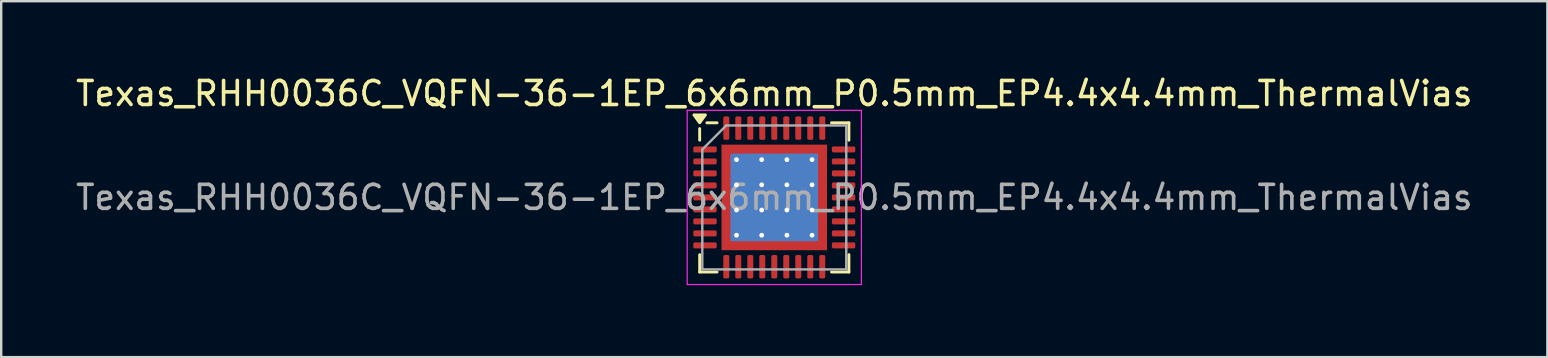
<source format=kicad_pcb>
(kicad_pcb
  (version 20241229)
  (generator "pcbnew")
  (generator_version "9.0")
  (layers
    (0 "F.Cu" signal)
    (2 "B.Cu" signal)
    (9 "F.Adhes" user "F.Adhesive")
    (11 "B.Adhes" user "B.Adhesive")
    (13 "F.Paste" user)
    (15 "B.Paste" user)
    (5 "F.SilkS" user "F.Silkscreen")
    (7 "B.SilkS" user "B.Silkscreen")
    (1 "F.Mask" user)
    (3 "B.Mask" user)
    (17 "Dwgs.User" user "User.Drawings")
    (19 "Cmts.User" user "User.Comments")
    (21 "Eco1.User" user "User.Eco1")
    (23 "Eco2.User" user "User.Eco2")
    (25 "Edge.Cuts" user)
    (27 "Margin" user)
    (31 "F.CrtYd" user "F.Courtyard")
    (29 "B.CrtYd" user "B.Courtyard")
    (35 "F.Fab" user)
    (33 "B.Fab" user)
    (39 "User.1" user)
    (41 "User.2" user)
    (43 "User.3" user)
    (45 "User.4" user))
  (footprint "Texas_RHH0036C_VQFN-36-1EP_6x6mm_P0.5mm_EP4.4x4.4mm_ThermalVias"
    (layer "F.Cu")
    (at 29.22 5.178)
    (property "Reference" "Texas_RHH0036C_VQFN-36-1EP_6x6mm_P0.5mm_EP4.4x4.4mm_ThermalVias" (at 0 -4.33 0) (layer "F.SilkS") (effects (font (size 1 1) (thickness 0.15))))
    (attr smd)
    (fp_line (start -3.11 -2.385) (end -3.11 -2.87) (stroke (width 0.12) (type solid)) (layer "F.SilkS"))
    (fp_line (start -3.11 3.11) (end -3.11 2.385) (stroke (width 0.12) (type solid)) (layer "F.SilkS"))
    (fp_line (start -2.385 -3.11) (end -2.81 -3.11) (stroke (width 0.12) (type solid)) (layer "F.SilkS"))
    (fp_line (start -2.385 3.11) (end -3.11 3.11) (stroke (width 0.12) (type solid)) (layer "F.SilkS"))
    (fp_line (start 2.385 -3.11) (end 3.11 -3.11) (stroke (width 0.12) (type solid)) (layer "F.SilkS"))
    (fp_line (start 2.385 3.11) (end 3.11 3.11) (stroke (width 0.12) (type solid)) (layer "F.SilkS"))
    (fp_line (start 3.11 -3.11) (end 3.11 -2.385) (stroke (width 0.12) (type solid)) (layer "F.SilkS"))
    (fp_line (start 3.11 3.11) (end 3.11 2.385) (stroke (width 0.12) (type solid)) (layer "F.SilkS"))
    (fp_poly (pts (xy -3.11 -3.11) (xy -3.35 -3.44) (xy -2.87 -3.44) (xy -3.11 -3.11)) (stroke (width 0.12) (type solid)) (fill yes) (layer "F.SilkS"))
    (fp_line (start -3.63 -3.63) (end -3.63 3.63) (stroke (width 0.05) (type solid)) (layer "F.CrtYd"))
    (fp_line (start -3.63 3.63) (end 3.63 3.63) (stroke (width 0.05) (type solid)) (layer "F.CrtYd"))
    (fp_line (start 3.63 -3.63) (end -3.63 -3.63) (stroke (width 0.05) (type solid)) (layer "F.CrtYd"))
    (fp_line (start 3.63 3.63) (end 3.63 -3.63) (stroke (width 0.05) (type solid)) (layer "F.CrtYd"))
    (fp_line (start -3 -2) (end -2 -3) (stroke (width 0.1) (type solid)) (layer "F.Fab"))
    (fp_line (start -3 3) (end -3 -2) (stroke (width 0.1) (type solid)) (layer "F.Fab"))
    (fp_line (start -2 -3) (end 3 -3) (stroke (width 0.1) (type solid)) (layer "F.Fab"))
    (fp_line (start 3 -3) (end 3 3) (stroke (width 0.1) (type solid)) (layer "F.Fab"))
    (fp_line (start 3 3) (end -3 3) (stroke (width 0.1) (type solid)) (layer "F.Fab"))
    (fp_text user "${REFERENCE}" (at 0 0 0) (layer "F.Fab") (effects (font (size 1 1) (thickness 0.15))))
    (pad "" smd custom (at -1.887 -1.887) (size 0.39 0.39) (layers "F.Paste") (options (anchor circle)) (primitives (gr_poly (pts (xy -0.138 -0.138) (xy 0.138 -0.138) (xy 0.138 0.043) (xy 0.043 0.138) (xy -0.138 0.138)) (width 0.229) (fill yes))))
    (pad "" smd custom (at -1.887 -1.05) (size 0.419 0.419) (layers "F.Paste") (options (anchor circle)) (primitives (gr_poly (pts (xy -0.167 -0.338) (xy 0.096 -0.338) (xy 0.167 -0.267) (xy 0.167 0.267) (xy 0.096 0.338) (xy -0.167 0.338)) (width 0.17) (fill yes))))
    (pad "" smd custom (at -1.887 0) (size 0.419 0.419) (layers "F.Paste") (options (anchor circle)) (primitives (gr_poly (pts (xy -0.167 -0.338) (xy 0.096 -0.338) (xy 0.167 -0.267) (xy 0.167 0.267) (xy 0.096 0.338) (xy -0.167 0.338)) (width 0.17) (fill yes))))
    (pad "" smd custom (at -1.887 1.05) (size 0.419 0.419) (layers "F.Paste") (options (anchor circle)) (primitives (gr_poly (pts (xy -0.167 -0.338) (xy 0.096 -0.338) (xy 0.167 -0.267) (xy 0.167 0.267) (xy 0.096 0.338) (xy -0.167 0.338)) (width 0.17) (fill yes))))
    (pad "" smd custom (at -1.887 1.887) (size 0.39 0.39) (layers "F.Paste") (options (anchor circle)) (primitives (gr_poly (pts (xy -0.138 -0.138) (xy 0.043 -0.138) (xy 0.138 -0.043) (xy 0.138 0.138) (xy -0.138 0.138)) (width 0.229) (fill yes))))
    (pad "" smd custom (at -1.05 -1.887) (size 0.419 0.419) (layers "F.Paste") (options (anchor circle)) (primitives (gr_poly (pts (xy -0.338 -0.167) (xy 0.338 -0.167) (xy 0.338 0.096) (xy 0.267 0.167) (xy -0.267 0.167) (xy -0.338 0.096)) (width 0.17) (fill yes))))
    (pad "" smd roundrect (at -1.05 -1.05) (size 0.847 0.847) (layers "F.Paste") (roundrect_rratio 0.25))
    (pad "" smd roundrect (at -1.05 0) (size 0.847 0.847) (layers "F.Paste") (roundrect_rratio 0.25))
    (pad "" smd roundrect (at -1.05 1.05) (size 0.847 0.847) (layers "F.Paste") (roundrect_rratio 0.25))
    (pad "" smd custom (at -1.05 1.887) (size 0.419 0.419) (layers "F.Paste") (options (anchor circle)) (primitives (gr_poly (pts (xy -0.338 -0.096) (xy -0.267 -0.167) (xy 0.267 -0.167) (xy 0.338 -0.096) (xy 0.338 0.167) (xy -0.338 0.167)) (width 0.17) (fill yes))))
    (pad "" smd custom (at 0 -1.887) (size 0.419 0.419) (layers "F.Paste") (options (anchor circle)) (primitives (gr_poly (pts (xy -0.338 -0.167) (xy 0.338 -0.167) (xy 0.338 0.096) (xy 0.267 0.167) (xy -0.267 0.167) (xy -0.338 0.096)) (width 0.17) (fill yes))))
    (pad "" smd roundrect (at 0 -1.05) (size 0.847 0.847) (layers "F.Paste") (roundrect_rratio 0.25))
    (pad "" smd roundrect (at 0 0) (size 0.847 0.847) (layers "F.Paste") (roundrect_rratio 0.25))
    (pad "" smd roundrect (at 0 1.05) (size 0.847 0.847) (layers "F.Paste") (roundrect_rratio 0.25))
    (pad "" smd custom (at 0 1.887) (size 0.419 0.419) (layers "F.Paste") (options (anchor circle)) (primitives (gr_poly (pts (xy -0.338 -0.096) (xy -0.267 -0.167) (xy 0.267 -0.167) (xy 0.338 -0.096) (xy 0.338 0.167) (xy -0.338 0.167)) (width 0.17) (fill yes))))
    (pad "" smd custom (at 1.05 -1.887) (size 0.419 0.419) (layers "F.Paste") (options (anchor circle)) (primitives (gr_poly (pts (xy -0.338 -0.167) (xy 0.338 -0.167) (xy 0.338 0.096) (xy 0.267 0.167) (xy -0.267 0.167) (xy -0.338 0.096)) (width 0.17) (fill yes))))
    (pad "" smd roundrect (at 1.05 -1.05) (size 0.847 0.847) (layers "F.Paste") (roundrect_rratio 0.25))
    (pad "" smd roundrect (at 1.05 0) (size 0.847 0.847) (layers "F.Paste") (roundrect_rratio 0.25))
    (pad "" smd roundrect (at 1.05 1.05) (size 0.847 0.847) (layers "F.Paste") (roundrect_rratio 0.25))
    (pad "" smd custom (at 1.05 1.887) (size 0.419 0.419) (layers "F.Paste") (options (anchor circle)) (primitives (gr_poly (pts (xy -0.338 -0.096) (xy -0.267 -0.167) (xy 0.267 -0.167) (xy 0.338 -0.096) (xy 0.338 0.167) (xy -0.338 0.167)) (width 0.17) (fill yes))))
    (pad "" smd custom (at 1.887 -1.887) (size 0.39 0.39) (layers "F.Paste") (options (anchor circle)) (primitives (gr_poly (pts (xy -0.138 -0.138) (xy 0.138 -0.138) (xy 0.138 0.138) (xy -0.043 0.138) (xy -0.138 0.043)) (width 0.229) (fill yes))))
    (pad "" smd custom (at 1.887 -1.05) (size 0.419 0.419) (layers "F.Paste") (options (anchor circle)) (primitives (gr_poly (pts (xy -0.167 -0.267) (xy -0.096 -0.338) (xy 0.167 -0.338) (xy 0.167 0.338) (xy -0.096 0.338) (xy -0.167 0.267)) (width 0.17) (fill yes))))
    (pad "" smd custom (at 1.887 0) (size 0.419 0.419) (layers "F.Paste") (options (anchor circle)) (primitives (gr_poly (pts (xy -0.167 -0.267) (xy -0.096 -0.338) (xy 0.167 -0.338) (xy 0.167 0.338) (xy -0.096 0.338) (xy -0.167 0.267)) (width 0.17) (fill yes))))
    (pad "" smd custom (at 1.887 1.05) (size 0.419 0.419) (layers "F.Paste") (options (anchor circle)) (primitives (gr_poly (pts (xy -0.167 -0.267) (xy -0.096 -0.338) (xy 0.167 -0.338) (xy 0.167 0.338) (xy -0.096 0.338) (xy -0.167 0.267)) (width 0.17) (fill yes))))
    (pad "" smd custom (at 1.887 1.887) (size 0.39 0.39) (layers "F.Paste") (options (anchor circle)) (primitives (gr_poly (pts (xy -0.138 -0.043) (xy -0.043 -0.138) (xy 0.138 -0.138) (xy 0.138 0.138) (xy -0.138 0.138)) (width 0.229) (fill yes))))
    (pad "1" smd roundrect (at -2.888 -2) (size 0.975 0.25) (layers "F.Cu" "F.Mask" "F.Paste") (roundrect_rratio 0.25))
    (pad "2" smd roundrect (at -2.888 -1.5) (size 0.975 0.25) (layers "F.Cu" "F.Mask" "F.Paste") (roundrect_rratio 0.25))
    (pad "3" smd roundrect (at -2.888 -1) (size 0.975 0.25) (layers "F.Cu" "F.Mask" "F.Paste") (roundrect_rratio 0.25))
    (pad "4" smd roundrect (at -2.888 -0.5) (size 0.975 0.25) (layers "F.Cu" "F.Mask" "F.Paste") (roundrect_rratio 0.25))
    (pad "5" smd roundrect (at -2.888 0) (size 0.975 0.25) (layers "F.Cu" "F.Mask" "F.Paste") (roundrect_rratio 0.25))
    (pad "6" smd roundrect (at -2.888 0.5) (size 0.975 0.25) (layers "F.Cu" "F.Mask" "F.Paste") (roundrect_rratio 0.25))
    (pad "7" smd roundrect (at -2.888 1) (size 0.975 0.25) (layers "F.Cu" "F.Mask" "F.Paste") (roundrect_rratio 0.25))
    (pad "8" smd roundrect (at -2.888 1.5) (size 0.975 0.25) (layers "F.Cu" "F.Mask" "F.Paste") (roundrect_rratio 0.25))
    (pad "9" smd roundrect (at -2.888 2) (size 0.975 0.25) (layers "F.Cu" "F.Mask" "F.Paste") (roundrect_rratio 0.25))
    (pad "10" smd roundrect (at -2 2.888) (size 0.25 0.975) (layers "F.Cu" "F.Mask" "F.Paste") (roundrect_rratio 0.25))
    (pad "11" smd roundrect (at -1.5 2.888) (size 0.25 0.975) (layers "F.Cu" "F.Mask" "F.Paste") (roundrect_rratio 0.25))
    (pad "12" smd roundrect (at -1 2.888) (size 0.25 0.975) (layers "F.Cu" "F.Mask" "F.Paste") (roundrect_rratio 0.25))
    (pad "13" smd roundrect (at -0.5 2.888) (size 0.25 0.975) (layers "F.Cu" "F.Mask" "F.Paste") (roundrect_rratio 0.25))
    (pad "14" smd roundrect (at 0 2.888) (size 0.25 0.975) (layers "F.Cu" "F.Mask" "F.Paste") (roundrect_rratio 0.25))
    (pad "15" smd roundrect (at 0.5 2.888) (size 0.25 0.975) (layers "F.Cu" "F.Mask" "F.Paste") (roundrect_rratio 0.25))
    (pad "16" smd roundrect (at 1 2.888) (size 0.25 0.975) (layers "F.Cu" "F.Mask" "F.Paste") (roundrect_rratio 0.25))
    (pad "17" smd roundrect (at 1.5 2.888) (size 0.25 0.975) (layers "F.Cu" "F.Mask" "F.Paste") (roundrect_rratio 0.25))
    (pad "18" smd roundrect (at 2 2.888) (size 0.25 0.975) (layers "F.Cu" "F.Mask" "F.Paste") (roundrect_rratio 0.25))
    (pad "19" smd roundrect (at 2.888 2) (size 0.975 0.25) (layers "F.Cu" "F.Mask" "F.Paste") (roundrect_rratio 0.25))
    (pad "20" smd roundrect (at 2.888 1.5) (size 0.975 0.25) (layers "F.Cu" "F.Mask" "F.Paste") (roundrect_rratio 0.25))
    (pad "21" smd roundrect (at 2.888 1) (size 0.975 0.25) (layers "F.Cu" "F.Mask" "F.Paste") (roundrect_rratio 0.25))
    (pad "22" smd roundrect (at 2.888 0.5) (size 0.975 0.25) (layers "F.Cu" "F.Mask" "F.Paste") (roundrect_rratio 0.25))
    (pad "23" smd roundrect (at 2.888 0) (size 0.975 0.25) (layers "F.Cu" "F.Mask" "F.Paste") (roundrect_rratio 0.25))
    (pad "24" smd roundrect (at 2.888 -0.5) (size 0.975 0.25) (layers "F.Cu" "F.Mask" "F.Paste") (roundrect_rratio 0.25))
    (pad "25" smd roundrect (at 2.888 -1) (size 0.975 0.25) (layers "F.Cu" "F.Mask" "F.Paste") (roundrect_rratio 0.25))
    (pad "26" smd roundrect (at 2.888 -1.5) (size 0.975 0.25) (layers "F.Cu" "F.Mask" "F.Paste") (roundrect_rratio 0.25))
    (pad "27" smd roundrect (at 2.888 -2) (size 0.975 0.25) (layers "F.Cu" "F.Mask" "F.Paste") (roundrect_rratio 0.25))
    (pad "28" smd roundrect (at 2 -2.888) (size 0.25 0.975) (layers "F.Cu" "F.Mask" "F.Paste") (roundrect_rratio 0.25))
    (pad "29" smd roundrect (at 1.5 -2.888) (size 0.25 0.975) (layers "F.Cu" "F.Mask" "F.Paste") (roundrect_rratio 0.25))
    (pad "30" smd roundrect (at 1 -2.888) (size 0.25 0.975) (layers "F.Cu" "F.Mask" "F.Paste") (roundrect_rratio 0.25))
    (pad "31" smd roundrect (at 0.5 -2.888) (size 0.25 0.975) (layers "F.Cu" "F.Mask" "F.Paste") (roundrect_rratio 0.25))
    (pad "32" smd roundrect (at 0 -2.888) (size 0.25 0.975) (layers "F.Cu" "F.Mask" "F.Paste") (roundrect_rratio 0.25))
    (pad "33" smd roundrect (at -0.5 -2.888) (size 0.25 0.975) (layers "F.Cu" "F.Mask" "F.Paste") (roundrect_rratio 0.25))
    (pad "34" smd roundrect (at -1 -2.888) (size 0.25 0.975) (layers "F.Cu" "F.Mask" "F.Paste") (roundrect_rratio 0.25))
    (pad "35" smd roundrect (at -1.5 -2.888) (size 0.25 0.975) (layers "F.Cu" "F.Mask" "F.Paste") (roundrect_rratio 0.25))
    (pad "36" smd roundrect (at -2 -2.888) (size 0.25 0.975) (layers "F.Cu" "F.Mask" "F.Paste") (roundrect_rratio 0.25))
    (pad "37" thru_hole circle (at -1.575 -1.575) (size 0.5 0.5) (drill 0.2) (property pad_prop_heatsink) (layers "*.Cu"))
    (pad "37" thru_hole circle (at -1.575 -0.525) (size 0.5 0.5) (drill 0.2) (property pad_prop_heatsink) (layers "*.Cu"))
    (pad "37" thru_hole circle (at -1.575 0.525) (size 0.5 0.5) (drill 0.2) (property pad_prop_heatsink) (layers "*.Cu"))
    (pad "37" thru_hole circle (at -1.575 1.575) (size 0.5 0.5) (drill 0.2) (property pad_prop_heatsink) (layers "*.Cu"))
    (pad "37" thru_hole circle (at -0.525 -1.575) (size 0.5 0.5) (drill 0.2) (property pad_prop_heatsink) (layers "*.Cu"))
    (pad "37" thru_hole circle (at -0.525 -0.525) (size 0.5 0.5) (drill 0.2) (property pad_prop_heatsink) (layers "*.Cu"))
    (pad "37" thru_hole circle (at -0.525 0.525) (size 0.5 0.5) (drill 0.2) (property pad_prop_heatsink) (layers "*.Cu"))
    (pad "37" thru_hole circle (at -0.525 1.575) (size 0.5 0.5) (drill 0.2) (property pad_prop_heatsink) (layers "*.Cu"))
    (pad "37" smd rect (at 0 0) (size 3.65 3.65) (property pad_prop_heatsink) (layers "B.Cu"))
    (pad "37" smd rect (at 0 0) (size 4.4 4.4) (property pad_prop_heatsink) (layers "F.Cu" "F.Mask"))
    (pad "37" thru_hole circle (at 0.525 -1.575) (size 0.5 0.5) (drill 0.2) (property pad_prop_heatsink) (layers "*.Cu"))
    (pad "37" thru_hole circle (at 0.525 -0.525) (size 0.5 0.5) (drill 0.2) (property pad_prop_heatsink) (layers "*.Cu"))
    (pad "37" thru_hole circle (at 0.525 0.525) (size 0.5 0.5) (drill 0.2) (property pad_prop_heatsink) (layers "*.Cu"))
    (pad "37" thru_hole circle (at 0.525 1.575) (size 0.5 0.5) (drill 0.2) (property pad_prop_heatsink) (layers "*.Cu"))
    (pad "37" thru_hole circle (at 1.575 -1.575) (size 0.5 0.5) (drill 0.2) (property pad_prop_heatsink) (layers "*.Cu"))
    (pad "37" thru_hole circle (at 1.575 -0.525) (size 0.5 0.5) (drill 0.2) (property pad_prop_heatsink) (layers "*.Cu"))
    (pad "37" thru_hole circle (at 1.575 0.525) (size 0.5 0.5) (drill 0.2) (property pad_prop_heatsink) (layers "*.Cu"))
    (pad "37" thru_hole circle (at 1.575 1.575) (size 0.5 0.5) (drill 0.2) (property pad_prop_heatsink) (layers "*.Cu")))
  (gr_rect
    (start -3 -3)
    (end 61.44 11.833)
    (stroke (width 0.1) (type default))
    (fill no)
    (layer "Edge.Cuts")))
</source>
